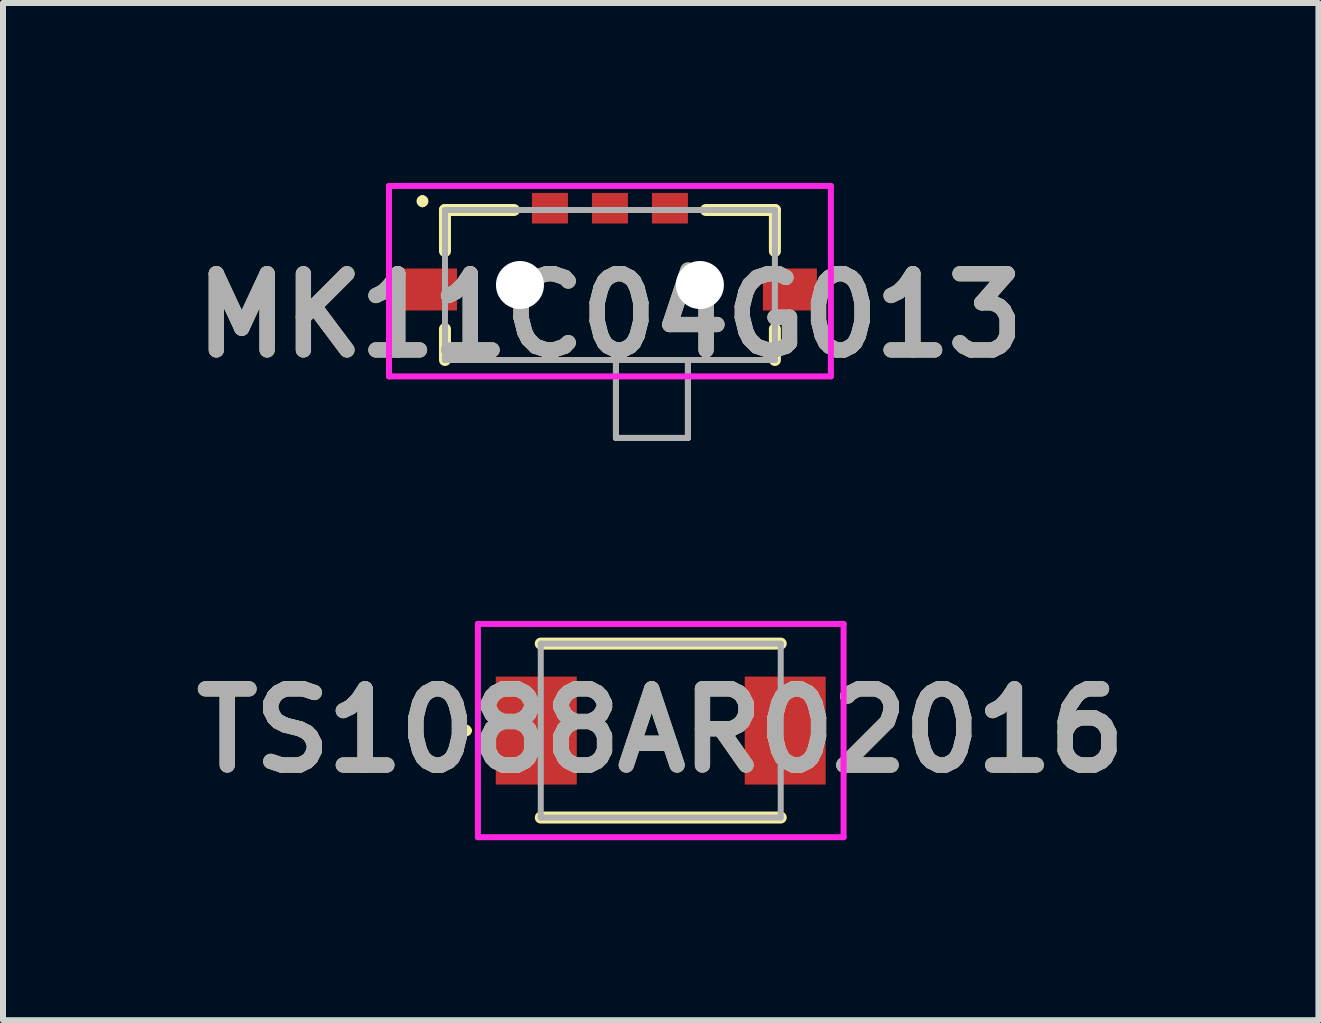
<source format=kicad_pcb>
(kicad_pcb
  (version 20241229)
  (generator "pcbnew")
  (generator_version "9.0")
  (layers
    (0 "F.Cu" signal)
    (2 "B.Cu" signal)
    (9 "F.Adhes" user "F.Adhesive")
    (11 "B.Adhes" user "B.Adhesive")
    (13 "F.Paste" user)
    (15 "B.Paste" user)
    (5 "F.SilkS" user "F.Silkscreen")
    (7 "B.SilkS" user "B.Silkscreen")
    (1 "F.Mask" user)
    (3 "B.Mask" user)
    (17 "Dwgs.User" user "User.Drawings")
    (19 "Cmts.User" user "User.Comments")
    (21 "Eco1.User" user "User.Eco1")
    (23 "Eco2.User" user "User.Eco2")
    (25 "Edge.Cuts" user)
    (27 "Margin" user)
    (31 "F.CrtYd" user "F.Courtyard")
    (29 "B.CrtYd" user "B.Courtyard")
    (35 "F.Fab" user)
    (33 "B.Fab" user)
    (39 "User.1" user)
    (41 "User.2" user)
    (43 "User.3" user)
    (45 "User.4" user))
  (footprint "MK11C04G013"
    (layer "F.Cu")
    (at 7.118 2.336)
    (property "Reference" "MK11C04G013" (at 0 -0.127 0) (layer "F.SilkS") (effects (font (size 1.27 1.27) (thickness 0.254))))
    (attr through_hole)
    (fp_line (start -3.125 -2.082) (end -3.125 -2.082) (stroke (width 0.1) (type solid)) (layer "F.SilkS"))
    (fp_line (start -3.125 -1.982) (end -3.125 -1.982) (stroke (width 0.1) (type solid)) (layer "F.SilkS"))
    (fp_line (start -2.75 -1.885) (end -1.6 -1.885) (stroke (width 0.2) (type solid)) (layer "F.SilkS"))
    (fp_line (start -2.75 -1.2) (end -2.75 -1.885) (stroke (width 0.2) (type solid)) (layer "F.SilkS"))
    (fp_line (start -2.75 0.615) (end -2.75 0.1) (stroke (width 0.2) (type solid)) (layer "F.SilkS"))
    (fp_line (start 1.6 -1.885) (end 2.75 -1.885) (stroke (width 0.2) (type solid)) (layer "F.SilkS"))
    (fp_line (start 2.75 -1.885) (end 2.75 -1.2) (stroke (width 0.2) (type solid)) (layer "F.SilkS"))
    (fp_line (start 2.75 0.1) (end 2.75 0.615) (stroke (width 0.2) (type solid)) (layer "F.SilkS"))
    (fp_arc (start -3.125 -2.082) (mid -3.075 -2.032) (end -3.125 -1.982) (stroke (width 0.1) (type solid)) (layer "F.SilkS"))
    (fp_arc (start -3.125 -1.982) (mid -3.175 -2.032) (end -3.125 -2.082) (stroke (width 0.1) (type solid)) (layer "F.SilkS"))
    (fp_line (start -3.683 -2.286) (end 3.683 -2.286) (stroke (width 0.1) (type solid)) (layer "F.CrtYd"))
    (fp_line (start -3.683 0.889) (end -3.683 -2.286) (stroke (width 0.1) (type solid)) (layer "F.CrtYd"))
    (fp_line (start 3.683 -2.286) (end 3.683 0.889) (stroke (width 0.1) (type solid)) (layer "F.CrtYd"))
    (fp_line (start 3.683 0.889) (end -3.683 0.889) (stroke (width 0.1) (type solid)) (layer "F.CrtYd"))
    (fp_line (start -2.75 -1.885) (end 2.75 -1.885) (stroke (width 0.1) (type solid)) (layer "F.Fab"))
    (fp_line (start -2.75 0.615) (end -2.75 -1.885) (stroke (width 0.1) (type solid)) (layer "F.Fab"))
    (fp_line (start 0.1 0.615) (end 0.1 1.915) (stroke (width 0.1) (type solid)) (layer "F.Fab"))
    (fp_line (start 0.1 0.615) (end 0.1 1.915) (stroke (width 0.1) (type solid)) (layer "F.Fab"))
    (fp_line (start 0.1 1.915) (end 1.3 1.915) (stroke (width 0.1) (type solid)) (layer "F.Fab"))
    (fp_line (start 0.1 1.915) (end 1.3 1.915) (stroke (width 0.1) (type solid)) (layer "F.Fab"))
    (fp_line (start 1.3 1.915) (end 1.3 0.615) (stroke (width 0.1) (type solid)) (layer "F.Fab"))
    (fp_line (start 1.3 1.915) (end 1.3 0.615) (stroke (width 0.1) (type solid)) (layer "F.Fab"))
    (fp_line (start 2.75 -1.885) (end 2.75 0.615) (stroke (width 0.1) (type solid)) (layer "F.Fab"))
    (fp_line (start 2.75 0.615) (end -2.75 0.615) (stroke (width 0.1) (type solid)) (layer "F.Fab"))
    (fp_line (start 2.75 0.615) (end -2.75 0.615) (stroke (width 0.1) (type solid)) (layer "F.Fab"))
    (fp_text user "${REFERENCE}" (at 0 -0.127 0) (layer "F.Fab") (effects (font (size 1.27 1.27) (thickness 0.254))))
    (pad "" np_thru_hole circle (at -1.5 -0.635) (size 0.8 0.8) (drill 0.8) (layers "*.Cu" "*.Mask"))
    (pad "" np_thru_hole circle (at 1.5 -0.635) (size 0.8 0.8) (drill 0.8) (layers "*.Cu" "*.Mask"))
    (pad "1" smd rect (at -1 -1.915 90) (size 0.51 0.6) (layers "F.Cu" "F.Mask" "F.Paste"))
    (pad "2" smd rect (at 1 -1.915 90) (size 0.51 0.6) (layers "F.Cu" "F.Mask" "F.Paste"))
    (pad "3" smd rect (at 0 -1.915 90) (size 0.51 0.6) (layers "F.Cu" "F.Mask" "F.Paste"))
    (pad "4" smd rect (at -3 -0.56 90) (size 0.7 0.9) (layers "F.Cu" "F.Mask" "F.Paste"))
    (pad "5" smd rect (at 3 -0.56 90) (size 0.7 0.9) (layers "F.Cu" "F.Mask" "F.Paste")))
  (footprint "TS1088AR02016"
    (layer "F.Cu")
    (at 7.965 9.129)
    (property "Reference" "TS1088AR02016" (at 0 0 0) (layer "F.SilkS") (effects (font (size 1.27 1.27) (thickness 0.254))))
    (attr smd)
    (fp_line (start -3.3 0) (end -3.3 0) (stroke (width 0.1) (type solid)) (layer "F.SilkS"))
    (fp_line (start -3.2 0) (end -3.2 0) (stroke (width 0.1) (type solid)) (layer "F.SilkS"))
    (fp_line (start -2 -1.45) (end 2 -1.45) (stroke (width 0.2) (type solid)) (layer "F.SilkS"))
    (fp_line (start -2 1.45) (end 2 1.45) (stroke (width 0.2) (type solid)) (layer "F.SilkS"))
    (fp_arc (start -3.3 0) (mid -3.25 -0.05) (end -3.2 0) (stroke (width 0.1) (type solid)) (layer "F.SilkS"))
    (fp_arc (start -3.2 0) (mid -3.25 0.05) (end -3.3 0) (stroke (width 0.1) (type solid)) (layer "F.SilkS"))
    (fp_line (start -3.048 -1.778) (end 3.048 -1.778) (stroke (width 0.1) (type solid)) (layer "F.CrtYd"))
    (fp_line (start -3.048 1.778) (end -3.048 -1.778) (stroke (width 0.1) (type solid)) (layer "F.CrtYd"))
    (fp_line (start 3.048 -1.778) (end 3.048 1.778) (stroke (width 0.1) (type solid)) (layer "F.CrtYd"))
    (fp_line (start 3.048 1.778) (end -3.048 1.778) (stroke (width 0.1) (type solid)) (layer "F.CrtYd"))
    (fp_line (start -2 -1.45) (end 2 -1.45) (stroke (width 0.1) (type solid)) (layer "F.Fab"))
    (fp_line (start -2 1.45) (end -2 -1.45) (stroke (width 0.1) (type solid)) (layer "F.Fab"))
    (fp_line (start 2 -1.45) (end 2 1.45) (stroke (width 0.1) (type solid)) (layer "F.Fab"))
    (fp_line (start 2 1.45) (end -2 1.45) (stroke (width 0.1) (type solid)) (layer "F.Fab"))
    (fp_text user "${REFERENCE}" (at 0 0 0) (layer "F.Fab") (effects (font (size 1.27 1.27) (thickness 0.254))))
    (pad "1" smd rect (at -2.075 0) (size 1.35 1.8) (layers "F.Cu" "F.Mask" "F.Paste"))
    (pad "2" smd rect (at 2.075 0) (size 1.35 1.8) (layers "F.Cu" "F.Mask" "F.Paste")))
  (gr_rect
    (start -3 -3)
    (end 18.929 13.957)
    (stroke (width 0.1) (type default))
    (fill no)
    (layer "Edge.Cuts")))
</source>
